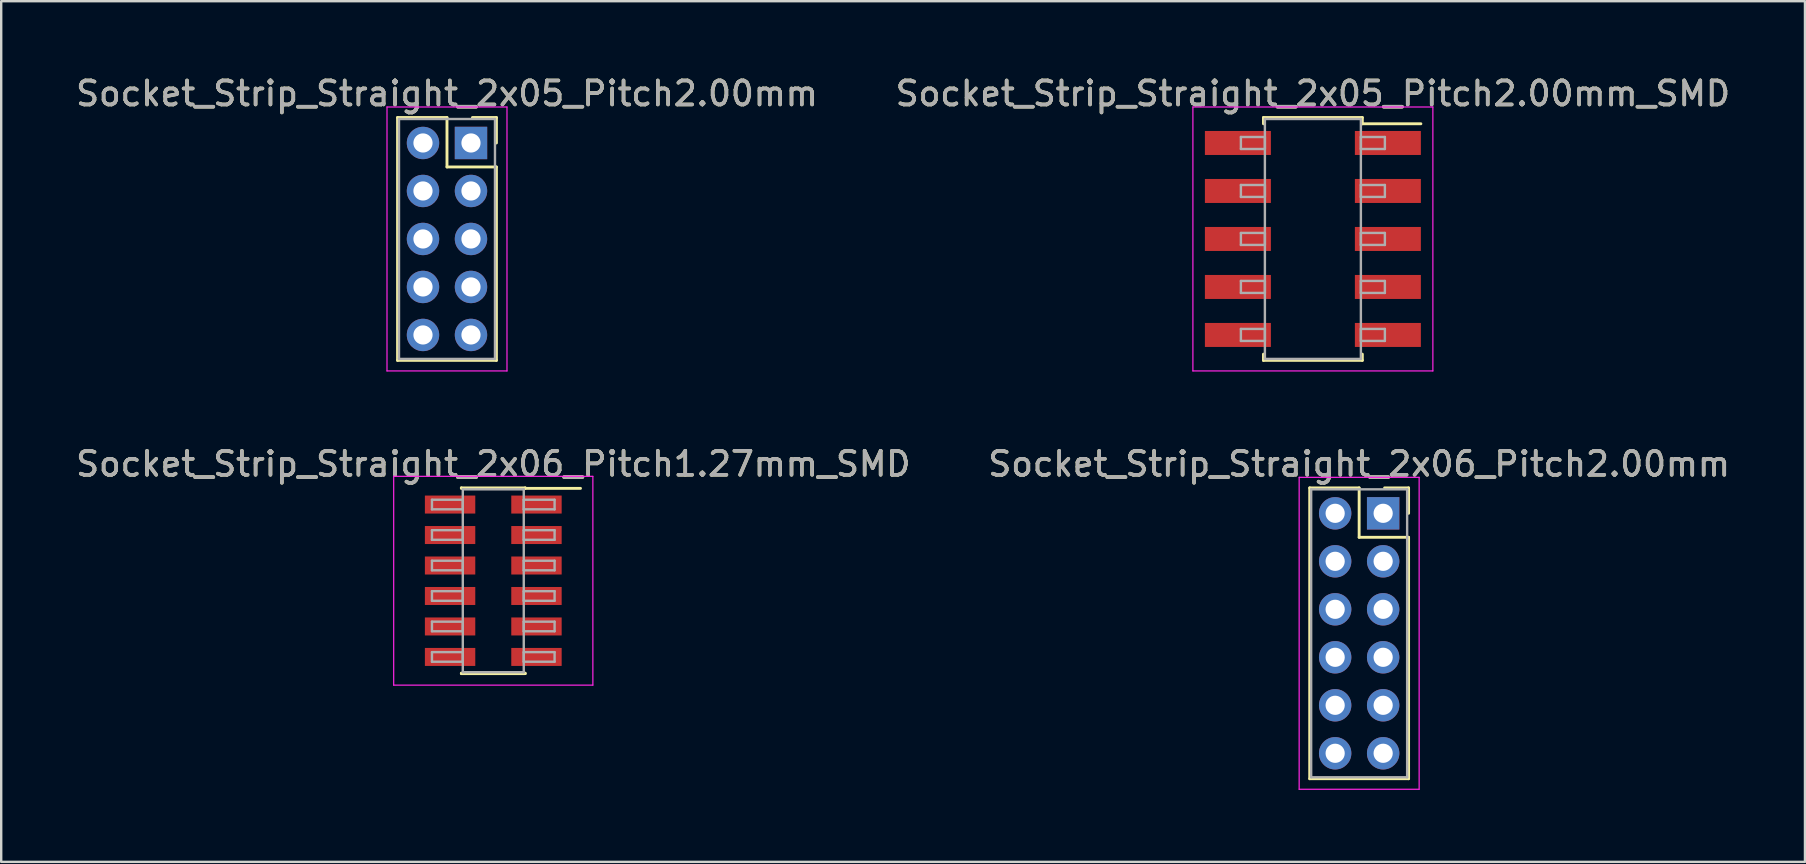
<source format=kicad_pcb>
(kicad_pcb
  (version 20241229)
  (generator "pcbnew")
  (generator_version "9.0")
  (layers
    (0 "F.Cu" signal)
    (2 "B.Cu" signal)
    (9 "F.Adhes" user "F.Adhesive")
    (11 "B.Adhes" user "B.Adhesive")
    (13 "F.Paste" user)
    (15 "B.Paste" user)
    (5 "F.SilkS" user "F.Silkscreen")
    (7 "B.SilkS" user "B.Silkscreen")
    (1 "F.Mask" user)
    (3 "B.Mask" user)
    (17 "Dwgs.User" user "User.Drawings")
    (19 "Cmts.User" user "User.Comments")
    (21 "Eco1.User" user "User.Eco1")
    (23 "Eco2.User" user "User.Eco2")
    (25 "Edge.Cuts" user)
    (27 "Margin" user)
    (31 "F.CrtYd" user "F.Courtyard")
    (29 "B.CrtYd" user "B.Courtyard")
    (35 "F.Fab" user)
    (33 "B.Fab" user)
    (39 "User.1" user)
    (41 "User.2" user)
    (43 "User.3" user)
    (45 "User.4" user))
  (footprint "Socket_Strip_Straight_2x05_Pitch2.00mm_SMD"
    (layer "F.Cu")
    (at 51.661 6.908)
    (property "Reference" "Socket_Strip_Straight_2x05_Pitch2.00mm_SMD" (at 0 -6.06 0) (layer "F.SilkS") (effects (font (size 1 1) (thickness 0.15))))
    (attr smd)
    (fp_line (start -2.06 -5.06) (end 2.06 -5.06) (stroke (width 0.12) (type solid)) (layer "F.SilkS"))
    (fp_line (start -2.06 -4.8) (end -2.06 -5.06) (stroke (width 0.12) (type solid)) (layer "F.SilkS"))
    (fp_line (start -2.06 4.8) (end -2.06 5.06) (stroke (width 0.12) (type solid)) (layer "F.SilkS"))
    (fp_line (start -2.06 5.06) (end 2.06 5.06) (stroke (width 0.12) (type solid)) (layer "F.SilkS"))
    (fp_line (start 2.06 -5.06) (end 2.06 -4.8) (stroke (width 0.12) (type solid)) (layer "F.SilkS"))
    (fp_line (start 2.06 5.06) (end 2.06 4.8) (stroke (width 0.12) (type solid)) (layer "F.SilkS"))
    (fp_line (start 4.5 -4.8) (end 2.06 -4.8) (stroke (width 0.12) (type solid)) (layer "F.SilkS"))
    (fp_line (start -5 -5.5) (end -5 5.5) (stroke (width 0.05) (type solid)) (layer "F.CrtYd"))
    (fp_line (start -5 5.5) (end 5 5.5) (stroke (width 0.05) (type solid)) (layer "F.CrtYd"))
    (fp_line (start 5 -5.5) (end -5 -5.5) (stroke (width 0.05) (type solid)) (layer "F.CrtYd"))
    (fp_line (start 5 5.5) (end 5 -5.5) (stroke (width 0.05) (type solid)) (layer "F.CrtYd"))
    (fp_line (start -3 -4.25) (end -2 -4.25) (stroke (width 0.1) (type solid)) (layer "F.Fab"))
    (fp_line (start -3 -3.75) (end -3 -4.25) (stroke (width 0.1) (type solid)) (layer "F.Fab"))
    (fp_line (start -3 -2.25) (end -2 -2.25) (stroke (width 0.1) (type solid)) (layer "F.Fab"))
    (fp_line (start -3 -1.75) (end -3 -2.25) (stroke (width 0.1) (type solid)) (layer "F.Fab"))
    (fp_line (start -3 -0.25) (end -2 -0.25) (stroke (width 0.1) (type solid)) (layer "F.Fab"))
    (fp_line (start -3 0.25) (end -3 -0.25) (stroke (width 0.1) (type solid)) (layer "F.Fab"))
    (fp_line (start -3 1.75) (end -2 1.75) (stroke (width 0.1) (type solid)) (layer "F.Fab"))
    (fp_line (start -3 2.25) (end -3 1.75) (stroke (width 0.1) (type solid)) (layer "F.Fab"))
    (fp_line (start -3 3.75) (end -2 3.75) (stroke (width 0.1) (type solid)) (layer "F.Fab"))
    (fp_line (start -3 4.25) (end -3 3.75) (stroke (width 0.1) (type solid)) (layer "F.Fab"))
    (fp_line (start -2 -5) (end -2 5) (stroke (width 0.1) (type solid)) (layer "F.Fab"))
    (fp_line (start -2 -4.25) (end -2 -3.75) (stroke (width 0.1) (type solid)) (layer "F.Fab"))
    (fp_line (start -2 -3.75) (end -3 -3.75) (stroke (width 0.1) (type solid)) (layer "F.Fab"))
    (fp_line (start -2 -2.25) (end -2 -1.75) (stroke (width 0.1) (type solid)) (layer "F.Fab"))
    (fp_line (start -2 -1.75) (end -3 -1.75) (stroke (width 0.1) (type solid)) (layer "F.Fab"))
    (fp_line (start -2 -0.25) (end -2 0.25) (stroke (width 0.1) (type solid)) (layer "F.Fab"))
    (fp_line (start -2 0.25) (end -3 0.25) (stroke (width 0.1) (type solid)) (layer "F.Fab"))
    (fp_line (start -2 1.75) (end -2 2.25) (stroke (width 0.1) (type solid)) (layer "F.Fab"))
    (fp_line (start -2 2.25) (end -3 2.25) (stroke (width 0.1) (type solid)) (layer "F.Fab"))
    (fp_line (start -2 3.75) (end -2 4.25) (stroke (width 0.1) (type solid)) (layer "F.Fab"))
    (fp_line (start -2 4.25) (end -3 4.25) (stroke (width 0.1) (type solid)) (layer "F.Fab"))
    (fp_line (start -2 5) (end 2 5) (stroke (width 0.1) (type solid)) (layer "F.Fab"))
    (fp_line (start 2 -5) (end -2 -5) (stroke (width 0.1) (type solid)) (layer "F.Fab"))
    (fp_line (start 2 -4.25) (end 2 -3.75) (stroke (width 0.1) (type solid)) (layer "F.Fab"))
    (fp_line (start 2 -3.75) (end 3 -3.75) (stroke (width 0.1) (type solid)) (layer "F.Fab"))
    (fp_line (start 2 -2.25) (end 2 -1.75) (stroke (width 0.1) (type solid)) (layer "F.Fab"))
    (fp_line (start 2 -1.75) (end 3 -1.75) (stroke (width 0.1) (type solid)) (layer "F.Fab"))
    (fp_line (start 2 -0.25) (end 2 0.25) (stroke (width 0.1) (type solid)) (layer "F.Fab"))
    (fp_line (start 2 0.25) (end 3 0.25) (stroke (width 0.1) (type solid)) (layer "F.Fab"))
    (fp_line (start 2 1.75) (end 2 2.25) (stroke (width 0.1) (type solid)) (layer "F.Fab"))
    (fp_line (start 2 2.25) (end 3 2.25) (stroke (width 0.1) (type solid)) (layer "F.Fab"))
    (fp_line (start 2 3.75) (end 2 4.25) (stroke (width 0.1) (type solid)) (layer "F.Fab"))
    (fp_line (start 2 4.25) (end 3 4.25) (stroke (width 0.1) (type solid)) (layer "F.Fab"))
    (fp_line (start 2 5) (end 2 -5) (stroke (width 0.1) (type solid)) (layer "F.Fab"))
    (fp_line (start 3 -4.25) (end 2 -4.25) (stroke (width 0.1) (type solid)) (layer "F.Fab"))
    (fp_line (start 3 -3.75) (end 3 -4.25) (stroke (width 0.1) (type solid)) (layer "F.Fab"))
    (fp_line (start 3 -2.25) (end 2 -2.25) (stroke (width 0.1) (type solid)) (layer "F.Fab"))
    (fp_line (start 3 -1.75) (end 3 -2.25) (stroke (width 0.1) (type solid)) (layer "F.Fab"))
    (fp_line (start 3 -0.25) (end 2 -0.25) (stroke (width 0.1) (type solid)) (layer "F.Fab"))
    (fp_line (start 3 0.25) (end 3 -0.25) (stroke (width 0.1) (type solid)) (layer "F.Fab"))
    (fp_line (start 3 1.75) (end 2 1.75) (stroke (width 0.1) (type solid)) (layer "F.Fab"))
    (fp_line (start 3 2.25) (end 3 1.75) (stroke (width 0.1) (type solid)) (layer "F.Fab"))
    (fp_line (start 3 3.75) (end 2 3.75) (stroke (width 0.1) (type solid)) (layer "F.Fab"))
    (fp_line (start 3 4.25) (end 3 3.75) (stroke (width 0.1) (type solid)) (layer "F.Fab"))
    (fp_text user "${REFERENCE}" (at 0 -6.06 0) (layer "F.Fab") (effects (font (size 1 1) (thickness 0.15))))
    (pad "1" smd rect (at 3.125 -4) (size 2.75 1) (layers "F.Cu" "F.Mask" "F.Paste"))
    (pad "2" smd rect (at -3.125 -4) (size 2.75 1) (layers "F.Cu" "F.Mask" "F.Paste"))
    (pad "3" smd rect (at 3.125 -2) (size 2.75 1) (layers "F.Cu" "F.Mask" "F.Paste"))
    (pad "4" smd rect (at -3.125 -2) (size 2.75 1) (layers "F.Cu" "F.Mask" "F.Paste"))
    (pad "5" smd rect (at 3.125 0) (size 2.75 1) (layers "F.Cu" "F.Mask" "F.Paste"))
    (pad "6" smd rect (at -3.125 0) (size 2.75 1) (layers "F.Cu" "F.Mask" "F.Paste"))
    (pad "7" smd rect (at 3.125 2) (size 2.75 1) (layers "F.Cu" "F.Mask" "F.Paste"))
    (pad "8" smd rect (at -3.125 2) (size 2.75 1) (layers "F.Cu" "F.Mask" "F.Paste"))
    (pad "9" smd rect (at 3.125 4) (size 2.75 1) (layers "F.Cu" "F.Mask" "F.Paste"))
    (pad "10" smd rect (at -3.125 4) (size 2.75 1) (layers "F.Cu" "F.Mask" "F.Paste")))
  (footprint "Socket_Strip_Straight_2x06_Pitch2.00mm"
    (layer "F.Cu")
    (at 54.589 18.341)
    (property "Reference" "Socket_Strip_Straight_2x06_Pitch2.00mm" (at -1 -2.06 0) (layer "F.SilkS") (effects (font (size 1 1) (thickness 0.15))))
    (attr through_hole)
    (fp_line (start -3.06 -1.06) (end -1 -1.06) (stroke (width 0.12) (type solid)) (layer "F.SilkS"))
    (fp_line (start -3.06 11.06) (end -3.06 -1.06) (stroke (width 0.12) (type solid)) (layer "F.SilkS"))
    (fp_line (start -1 -1.06) (end -1 1) (stroke (width 0.12) (type solid)) (layer "F.SilkS"))
    (fp_line (start -1 1) (end 1.06 1) (stroke (width 0.12) (type solid)) (layer "F.SilkS"))
    (fp_line (start 1.06 -1.06) (end 0.06 -1.06) (stroke (width 0.12) (type solid)) (layer "F.SilkS"))
    (fp_line (start 1.06 0) (end 1.06 -1.06) (stroke (width 0.12) (type solid)) (layer "F.SilkS"))
    (fp_line (start 1.06 1) (end 1.06 11.06) (stroke (width 0.12) (type solid)) (layer "F.SilkS"))
    (fp_line (start 1.06 11.06) (end -3.06 11.06) (stroke (width 0.12) (type solid)) (layer "F.SilkS"))
    (fp_line (start -3.5 -1.5) (end -3.5 11.5) (stroke (width 0.05) (type solid)) (layer "F.CrtYd"))
    (fp_line (start -3.5 11.5) (end 1.5 11.5) (stroke (width 0.05) (type solid)) (layer "F.CrtYd"))
    (fp_line (start 1.5 -1.5) (end -3.5 -1.5) (stroke (width 0.05) (type solid)) (layer "F.CrtYd"))
    (fp_line (start 1.5 11.5) (end 1.5 -1.5) (stroke (width 0.05) (type solid)) (layer "F.CrtYd"))
    (fp_line (start -3 -1) (end -3 11) (stroke (width 0.1) (type solid)) (layer "F.Fab"))
    (fp_line (start -3 11) (end 1 11) (stroke (width 0.1) (type solid)) (layer "F.Fab"))
    (fp_line (start 1 -1) (end -3 -1) (stroke (width 0.1) (type solid)) (layer "F.Fab"))
    (fp_line (start 1 11) (end 1 -1) (stroke (width 0.1) (type solid)) (layer "F.Fab"))
    (fp_text user "${REFERENCE}" (at -1 -2.06 0) (layer "F.Fab") (effects (font (size 1 1) (thickness 0.15))))
    (pad "1" thru_hole rect (at 0 0) (size 1.35 1.35) (drill 0.8) (layers "*.Cu" "*.Mask"))
    (pad "2" thru_hole oval (at -2 0) (size 1.35 1.35) (drill 0.8) (layers "*.Cu" "*.Mask"))
    (pad "3" thru_hole oval (at 0 2) (size 1.35 1.35) (drill 0.8) (layers "*.Cu" "*.Mask"))
    (pad "4" thru_hole oval (at -2 2) (size 1.35 1.35) (drill 0.8) (layers "*.Cu" "*.Mask"))
    (pad "5" thru_hole oval (at 0 4) (size 1.35 1.35) (drill 0.8) (layers "*.Cu" "*.Mask"))
    (pad "6" thru_hole oval (at -2 4) (size 1.35 1.35) (drill 0.8) (layers "*.Cu" "*.Mask"))
    (pad "7" thru_hole oval (at 0 6) (size 1.35 1.35) (drill 0.8) (layers "*.Cu" "*.Mask"))
    (pad "8" thru_hole oval (at -2 6) (size 1.35 1.35) (drill 0.8) (layers "*.Cu" "*.Mask"))
    (pad "9" thru_hole oval (at 0 8) (size 1.35 1.35) (drill 0.8) (layers "*.Cu" "*.Mask"))
    (pad "10" thru_hole oval (at -2 8) (size 1.35 1.35) (drill 0.8) (layers "*.Cu" "*.Mask"))
    (pad "11" thru_hole oval (at 0 10) (size 1.35 1.35) (drill 0.8) (layers "*.Cu" "*.Mask"))
    (pad "12" thru_hole oval (at -2 10) (size 1.35 1.35) (drill 0.8) (layers "*.Cu" "*.Mask")))
  (footprint "Socket_Strip_Straight_2x06_Pitch1.27mm_SMD"
    (layer "F.Cu")
    (at 17.506 21.151)
    (property "Reference" "Socket_Strip_Straight_2x06_Pitch1.27mm_SMD" (at 0 -4.87 0) (layer "F.SilkS") (effects (font (size 1 1) (thickness 0.15))))
    (attr smd)
    (fp_line (start -1.33 -3.87) (end 1.33 -3.87) (stroke (width 0.12) (type solid)) (layer "F.SilkS"))
    (fp_line (start -1.33 -3.85) (end -1.33 -3.87) (stroke (width 0.12) (type solid)) (layer "F.SilkS"))
    (fp_line (start -1.33 3.85) (end -1.33 3.87) (stroke (width 0.12) (type solid)) (layer "F.SilkS"))
    (fp_line (start -1.33 3.87) (end 1.33 3.87) (stroke (width 0.12) (type solid)) (layer "F.SilkS"))
    (fp_line (start 1.33 -3.87) (end 1.33 -3.85) (stroke (width 0.12) (type solid)) (layer "F.SilkS"))
    (fp_line (start 1.33 3.87) (end 1.33 3.85) (stroke (width 0.12) (type solid)) (layer "F.SilkS"))
    (fp_line (start 3.635 -3.85) (end 1.33 -3.85) (stroke (width 0.12) (type solid)) (layer "F.SilkS"))
    (fp_line (start -4.15 -4.35) (end -4.15 4.35) (stroke (width 0.05) (type solid)) (layer "F.CrtYd"))
    (fp_line (start -4.15 4.35) (end 4.15 4.35) (stroke (width 0.05) (type solid)) (layer "F.CrtYd"))
    (fp_line (start 4.15 -4.35) (end -4.15 -4.35) (stroke (width 0.05) (type solid)) (layer "F.CrtYd"))
    (fp_line (start 4.15 4.35) (end 4.15 -4.35) (stroke (width 0.05) (type solid)) (layer "F.CrtYd"))
    (fp_line (start -2.555 -3.375) (end -1.27 -3.375) (stroke (width 0.1) (type solid)) (layer "F.Fab"))
    (fp_line (start -2.555 -2.975) (end -2.555 -3.375) (stroke (width 0.1) (type solid)) (layer "F.Fab"))
    (fp_line (start -2.555 -2.105) (end -1.27 -2.105) (stroke (width 0.1) (type solid)) (layer "F.Fab"))
    (fp_line (start -2.555 -1.705) (end -2.555 -2.105) (stroke (width 0.1) (type solid)) (layer "F.Fab"))
    (fp_line (start -2.555 -0.835) (end -1.27 -0.835) (stroke (width 0.1) (type solid)) (layer "F.Fab"))
    (fp_line (start -2.555 -0.435) (end -2.555 -0.835) (stroke (width 0.1) (type solid)) (layer "F.Fab"))
    (fp_line (start -2.555 0.435) (end -1.27 0.435) (stroke (width 0.1) (type solid)) (layer "F.Fab"))
    (fp_line (start -2.555 0.835) (end -2.555 0.435) (stroke (width 0.1) (type solid)) (layer "F.Fab"))
    (fp_line (start -2.555 1.705) (end -1.27 1.705) (stroke (width 0.1) (type solid)) (layer "F.Fab"))
    (fp_line (start -2.555 2.105) (end -2.555 1.705) (stroke (width 0.1) (type solid)) (layer "F.Fab"))
    (fp_line (start -2.555 2.975) (end -1.27 2.975) (stroke (width 0.1) (type solid)) (layer "F.Fab"))
    (fp_line (start -2.555 3.375) (end -2.555 2.975) (stroke (width 0.1) (type solid)) (layer "F.Fab"))
    (fp_line (start -1.27 -3.81) (end -1.27 3.81) (stroke (width 0.1) (type solid)) (layer "F.Fab"))
    (fp_line (start -1.27 -3.375) (end -1.27 -2.975) (stroke (width 0.1) (type solid)) (layer "F.Fab"))
    (fp_line (start -1.27 -2.975) (end -2.555 -2.975) (stroke (width 0.1) (type solid)) (layer "F.Fab"))
    (fp_line (start -1.27 -2.105) (end -1.27 -1.705) (stroke (width 0.1) (type solid)) (layer "F.Fab"))
    (fp_line (start -1.27 -1.705) (end -2.555 -1.705) (stroke (width 0.1) (type solid)) (layer "F.Fab"))
    (fp_line (start -1.27 -0.835) (end -1.27 -0.435) (stroke (width 0.1) (type solid)) (layer "F.Fab"))
    (fp_line (start -1.27 -0.435) (end -2.555 -0.435) (stroke (width 0.1) (type solid)) (layer "F.Fab"))
    (fp_line (start -1.27 0.435) (end -1.27 0.835) (stroke (width 0.1) (type solid)) (layer "F.Fab"))
    (fp_line (start -1.27 0.835) (end -2.555 0.835) (stroke (width 0.1) (type solid)) (layer "F.Fab"))
    (fp_line (start -1.27 1.705) (end -1.27 2.105) (stroke (width 0.1) (type solid)) (layer "F.Fab"))
    (fp_line (start -1.27 2.105) (end -2.555 2.105) (stroke (width 0.1) (type solid)) (layer "F.Fab"))
    (fp_line (start -1.27 2.975) (end -1.27 3.375) (stroke (width 0.1) (type solid)) (layer "F.Fab"))
    (fp_line (start -1.27 3.375) (end -2.555 3.375) (stroke (width 0.1) (type solid)) (layer "F.Fab"))
    (fp_line (start -1.27 3.81) (end 1.27 3.81) (stroke (width 0.1) (type solid)) (layer "F.Fab"))
    (fp_line (start 1.27 -3.81) (end -1.27 -3.81) (stroke (width 0.1) (type solid)) (layer "F.Fab"))
    (fp_line (start 1.27 -3.375) (end 1.27 -2.975) (stroke (width 0.1) (type solid)) (layer "F.Fab"))
    (fp_line (start 1.27 -2.975) (end 2.555 -2.975) (stroke (width 0.1) (type solid)) (layer "F.Fab"))
    (fp_line (start 1.27 -2.105) (end 1.27 -1.705) (stroke (width 0.1) (type solid)) (layer "F.Fab"))
    (fp_line (start 1.27 -1.705) (end 2.555 -1.705) (stroke (width 0.1) (type solid)) (layer "F.Fab"))
    (fp_line (start 1.27 -0.835) (end 1.27 -0.435) (stroke (width 0.1) (type solid)) (layer "F.Fab"))
    (fp_line (start 1.27 -0.435) (end 2.555 -0.435) (stroke (width 0.1) (type solid)) (layer "F.Fab"))
    (fp_line (start 1.27 0.435) (end 1.27 0.835) (stroke (width 0.1) (type solid)) (layer "F.Fab"))
    (fp_line (start 1.27 0.835) (end 2.555 0.835) (stroke (width 0.1) (type solid)) (layer "F.Fab"))
    (fp_line (start 1.27 1.705) (end 1.27 2.105) (stroke (width 0.1) (type solid)) (layer "F.Fab"))
    (fp_line (start 1.27 2.105) (end 2.555 2.105) (stroke (width 0.1) (type solid)) (layer "F.Fab"))
    (fp_line (start 1.27 2.975) (end 1.27 3.375) (stroke (width 0.1) (type solid)) (layer "F.Fab"))
    (fp_line (start 1.27 3.375) (end 2.555 3.375) (stroke (width 0.1) (type solid)) (layer "F.Fab"))
    (fp_line (start 1.27 3.81) (end 1.27 -3.81) (stroke (width 0.1) (type solid)) (layer "F.Fab"))
    (fp_line (start 2.555 -3.375) (end 1.27 -3.375) (stroke (width 0.1) (type solid)) (layer "F.Fab"))
    (fp_line (start 2.555 -2.975) (end 2.555 -3.375) (stroke (width 0.1) (type solid)) (layer "F.Fab"))
    (fp_line (start 2.555 -2.105) (end 1.27 -2.105) (stroke (width 0.1) (type solid)) (layer "F.Fab"))
    (fp_line (start 2.555 -1.705) (end 2.555 -2.105) (stroke (width 0.1) (type solid)) (layer "F.Fab"))
    (fp_line (start 2.555 -0.835) (end 1.27 -0.835) (stroke (width 0.1) (type solid)) (layer "F.Fab"))
    (fp_line (start 2.555 -0.435) (end 2.555 -0.835) (stroke (width 0.1) (type solid)) (layer "F.Fab"))
    (fp_line (start 2.555 0.435) (end 1.27 0.435) (stroke (width 0.1) (type solid)) (layer "F.Fab"))
    (fp_line (start 2.555 0.835) (end 2.555 0.435) (stroke (width 0.1) (type solid)) (layer "F.Fab"))
    (fp_line (start 2.555 1.705) (end 1.27 1.705) (stroke (width 0.1) (type solid)) (layer "F.Fab"))
    (fp_line (start 2.555 2.105) (end 2.555 1.705) (stroke (width 0.1) (type solid)) (layer "F.Fab"))
    (fp_line (start 2.555 2.975) (end 1.27 2.975) (stroke (width 0.1) (type solid)) (layer "F.Fab"))
    (fp_line (start 2.555 3.375) (end 2.555 2.975) (stroke (width 0.1) (type solid)) (layer "F.Fab"))
    (fp_text user "${REFERENCE}" (at 0 -4.87 0) (layer "F.Fab") (effects (font (size 1 1) (thickness 0.15))))
    (pad "1" smd rect (at 1.8 -3.175) (size 2.1 0.75) (layers "F.Cu" "F.Mask" "F.Paste"))
    (pad "2" smd rect (at -1.8 -3.175) (size 2.1 0.75) (layers "F.Cu" "F.Mask" "F.Paste"))
    (pad "3" smd rect (at 1.8 -1.905) (size 2.1 0.75) (layers "F.Cu" "F.Mask" "F.Paste"))
    (pad "4" smd rect (at -1.8 -1.905) (size 2.1 0.75) (layers "F.Cu" "F.Mask" "F.Paste"))
    (pad "5" smd rect (at 1.8 -0.635) (size 2.1 0.75) (layers "F.Cu" "F.Mask" "F.Paste"))
    (pad "6" smd rect (at -1.8 -0.635) (size 2.1 0.75) (layers "F.Cu" "F.Mask" "F.Paste"))
    (pad "7" smd rect (at 1.8 0.635) (size 2.1 0.75) (layers "F.Cu" "F.Mask" "F.Paste"))
    (pad "8" smd rect (at -1.8 0.635) (size 2.1 0.75) (layers "F.Cu" "F.Mask" "F.Paste"))
    (pad "9" smd rect (at 1.8 1.905) (size 2.1 0.75) (layers "F.Cu" "F.Mask" "F.Paste"))
    (pad "10" smd rect (at -1.8 1.905) (size 2.1 0.75) (layers "F.Cu" "F.Mask" "F.Paste"))
    (pad "11" smd rect (at 1.8 3.175) (size 2.1 0.75) (layers "F.Cu" "F.Mask" "F.Paste"))
    (pad "12" smd rect (at -1.8 3.175) (size 2.1 0.75) (layers "F.Cu" "F.Mask" "F.Paste")))
  (footprint "Socket_Strip_Straight_2x05_Pitch2.00mm"
    (layer "F.Cu")
    (at 16.577 2.908)
    (property "Reference" "Socket_Strip_Straight_2x05_Pitch2.00mm" (at -1 -2.06 0) (layer "F.SilkS") (effects (font (size 1 1) (thickness 0.15))))
    (attr through_hole)
    (fp_line (start -3.06 -1.06) (end -1 -1.06) (stroke (width 0.12) (type solid)) (layer "F.SilkS"))
    (fp_line (start -3.06 9.06) (end -3.06 -1.06) (stroke (width 0.12) (type solid)) (layer "F.SilkS"))
    (fp_line (start -1 -1.06) (end -1 1) (stroke (width 0.12) (type solid)) (layer "F.SilkS"))
    (fp_line (start -1 1) (end 1.06 1) (stroke (width 0.12) (type solid)) (layer "F.SilkS"))
    (fp_line (start 1.06 -1.06) (end 0.06 -1.06) (stroke (width 0.12) (type solid)) (layer "F.SilkS"))
    (fp_line (start 1.06 0) (end 1.06 -1.06) (stroke (width 0.12) (type solid)) (layer "F.SilkS"))
    (fp_line (start 1.06 1) (end 1.06 9.06) (stroke (width 0.12) (type solid)) (layer "F.SilkS"))
    (fp_line (start 1.06 9.06) (end -3.06 9.06) (stroke (width 0.12) (type solid)) (layer "F.SilkS"))
    (fp_line (start -3.5 -1.5) (end -3.5 9.5) (stroke (width 0.05) (type solid)) (layer "F.CrtYd"))
    (fp_line (start -3.5 9.5) (end 1.5 9.5) (stroke (width 0.05) (type solid)) (layer "F.CrtYd"))
    (fp_line (start 1.5 -1.5) (end -3.5 -1.5) (stroke (width 0.05) (type solid)) (layer "F.CrtYd"))
    (fp_line (start 1.5 9.5) (end 1.5 -1.5) (stroke (width 0.05) (type solid)) (layer "F.CrtYd"))
    (fp_line (start -3 -1) (end -3 9) (stroke (width 0.1) (type solid)) (layer "F.Fab"))
    (fp_line (start -3 9) (end 1 9) (stroke (width 0.1) (type solid)) (layer "F.Fab"))
    (fp_line (start 1 -1) (end -3 -1) (stroke (width 0.1) (type solid)) (layer "F.Fab"))
    (fp_line (start 1 9) (end 1 -1) (stroke (width 0.1) (type solid)) (layer "F.Fab"))
    (fp_text user "${REFERENCE}" (at -1 -2.06 0) (layer "F.Fab") (effects (font (size 1 1) (thickness 0.15))))
    (pad "1" thru_hole rect (at 0 0) (size 1.35 1.35) (drill 0.8) (layers "*.Cu" "*.Mask"))
    (pad "2" thru_hole oval (at -2 0) (size 1.35 1.35) (drill 0.8) (layers "*.Cu" "*.Mask"))
    (pad "3" thru_hole oval (at 0 2) (size 1.35 1.35) (drill 0.8) (layers "*.Cu" "*.Mask"))
    (pad "4" thru_hole oval (at -2 2) (size 1.35 1.35) (drill 0.8) (layers "*.Cu" "*.Mask"))
    (pad "5" thru_hole oval (at 0 4) (size 1.35 1.35) (drill 0.8) (layers "*.Cu" "*.Mask"))
    (pad "6" thru_hole oval (at -2 4) (size 1.35 1.35) (drill 0.8) (layers "*.Cu" "*.Mask"))
    (pad "7" thru_hole oval (at 0 6) (size 1.35 1.35) (drill 0.8) (layers "*.Cu" "*.Mask"))
    (pad "8" thru_hole oval (at -2 6) (size 1.35 1.35) (drill 0.8) (layers "*.Cu" "*.Mask"))
    (pad "9" thru_hole oval (at 0 8) (size 1.35 1.35) (drill 0.8) (layers "*.Cu" "*.Mask"))
    (pad "10" thru_hole oval (at -2 8) (size 1.35 1.35) (drill 0.8) (layers "*.Cu" "*.Mask")))
  (gr_rect
    (start -3 -3)
    (end 72.167 32.867)
    (stroke (width 0.1) (type default))
    (fill no)
    (layer "Edge.Cuts")))
</source>
